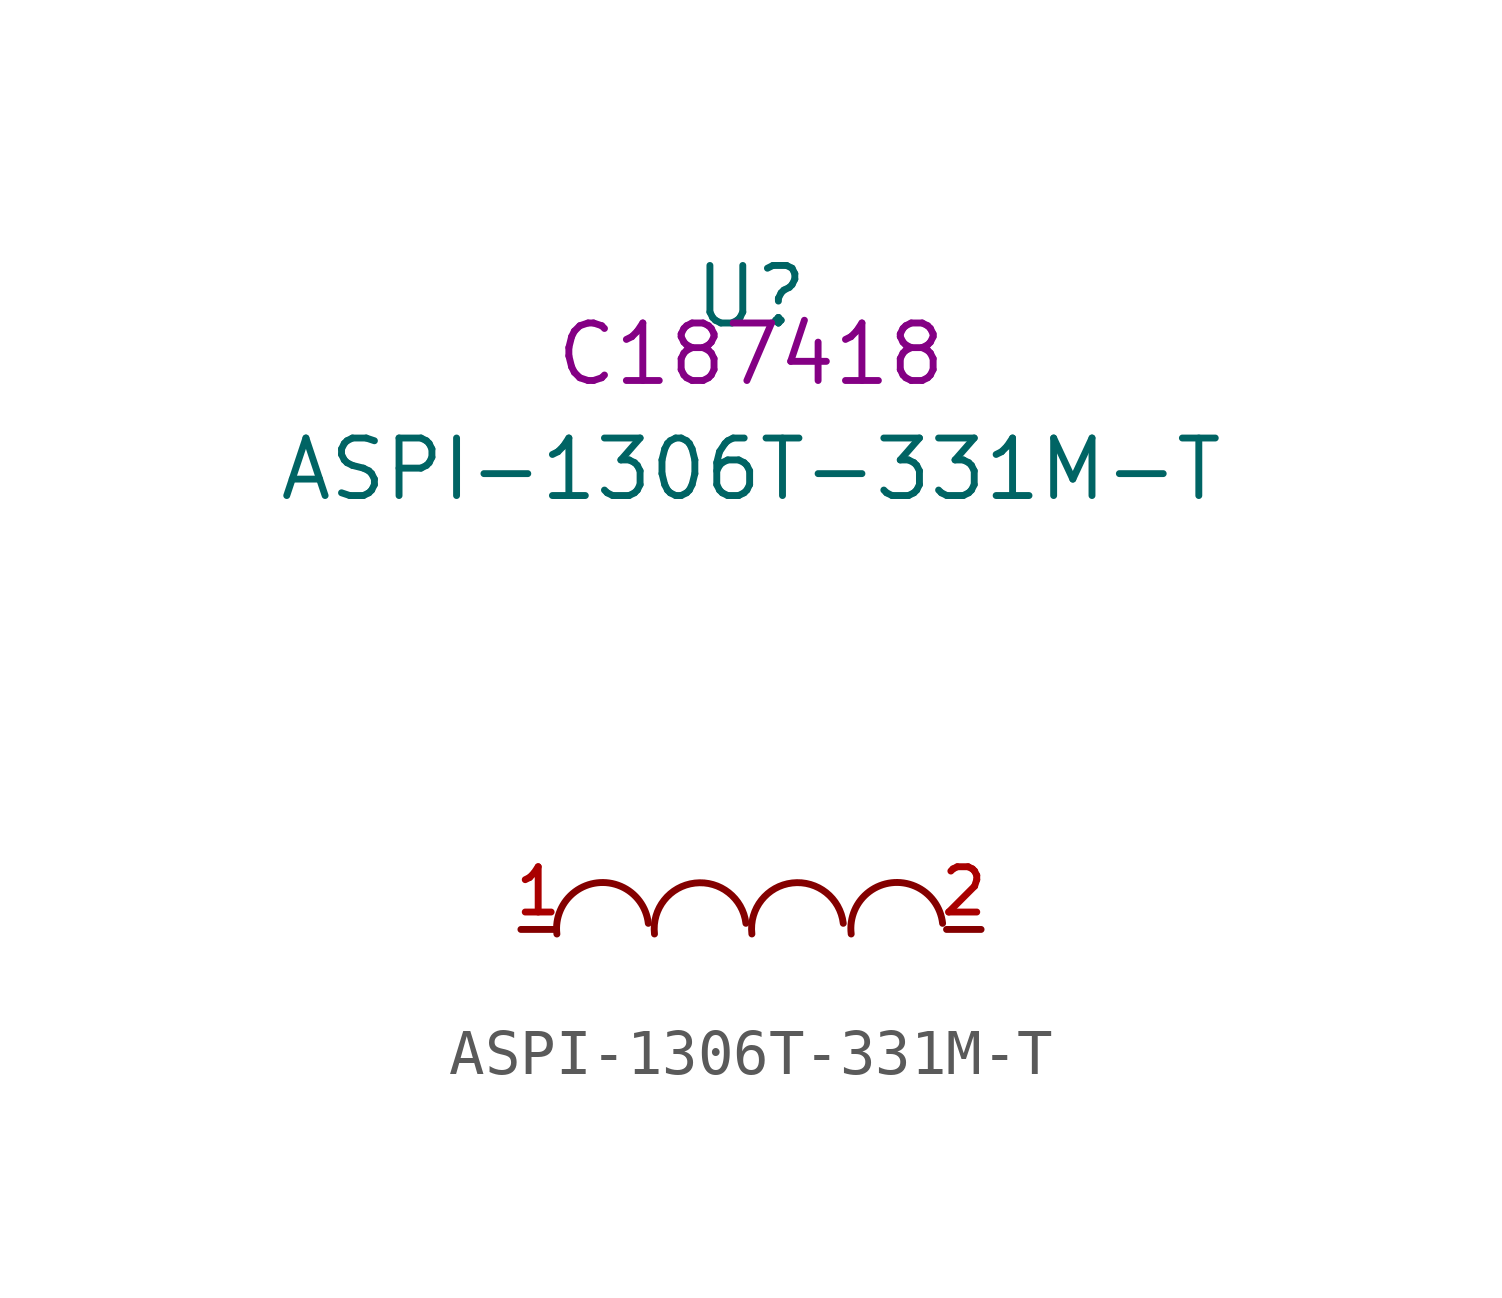
<source format=kicad_sym>
(kicad_symbol_lib
  (version 20210201)
  (generator TousstNicolas/JLC2KiCad_lib)
  (symbol "ASPI-1306T-331M-T"
    (pin_names hide)
    (property "Reference" "U"
      (at 0 1.27 0)
      (effects (font (size 1.27 1.27))))
    (property "Value" "ASPI-1306T-331M-T"
      (at 0 -2.54 0)
      (effects (font (size 1.27 1.27))))
    (property "LCSC" "C187418"
      (at 0 0 0)
      (effects (font (size 1.27 1.27))))
    (symbol "ASPI-1306T-331M-T_0_0"
      (pin unspecified line (at 5.08 -12.7 180) (length 0.762) (name "2" (effects (font (size 1 1)))) (number "2" (effects (font (size 1 1)))))
      (pin unspecified line (at -5.08 -12.7 0) (length 0.762) (name "1" (effects (font (size 1 1)))) (number "1" (effects (font (size 1 1)))))
      (arc (start -2.2675752966092375 -12.565470212201092) (mid -3.158961220394403 -13.692387760879669) (end -4.285878757569847 -12.801001822551868) (stroke (width 0) (type default) (color 0 0 0 0)) (fill (type none)))
      (arc (start -0.11288997933777978 -12.56486364182173) (mid -1.004307647626618 -13.691756077866842) (end -2.131200074279107 -12.800338397704266) (stroke (width 0) (type default) (color 0 0 0 0)) (fill (type none)))
      (arc (start 2.037728020662229 -12.56486364182173) (mid 1.1463103523733906 -13.691756077866842) (end 0.019417925720887297 -12.800338397704266) (stroke (width 0) (type default) (color 0 0 0 0)) (fill (type none)))
      (arc (start 4.230510020662237 -12.565371641821713) (mid 3.339092352373399 -13.692264077866824) (end 2.2121999257209097 -12.800846397704262) (stroke (width 0) (type default) (color 0 0 0 0)) (fill (type none))))))
</source>
